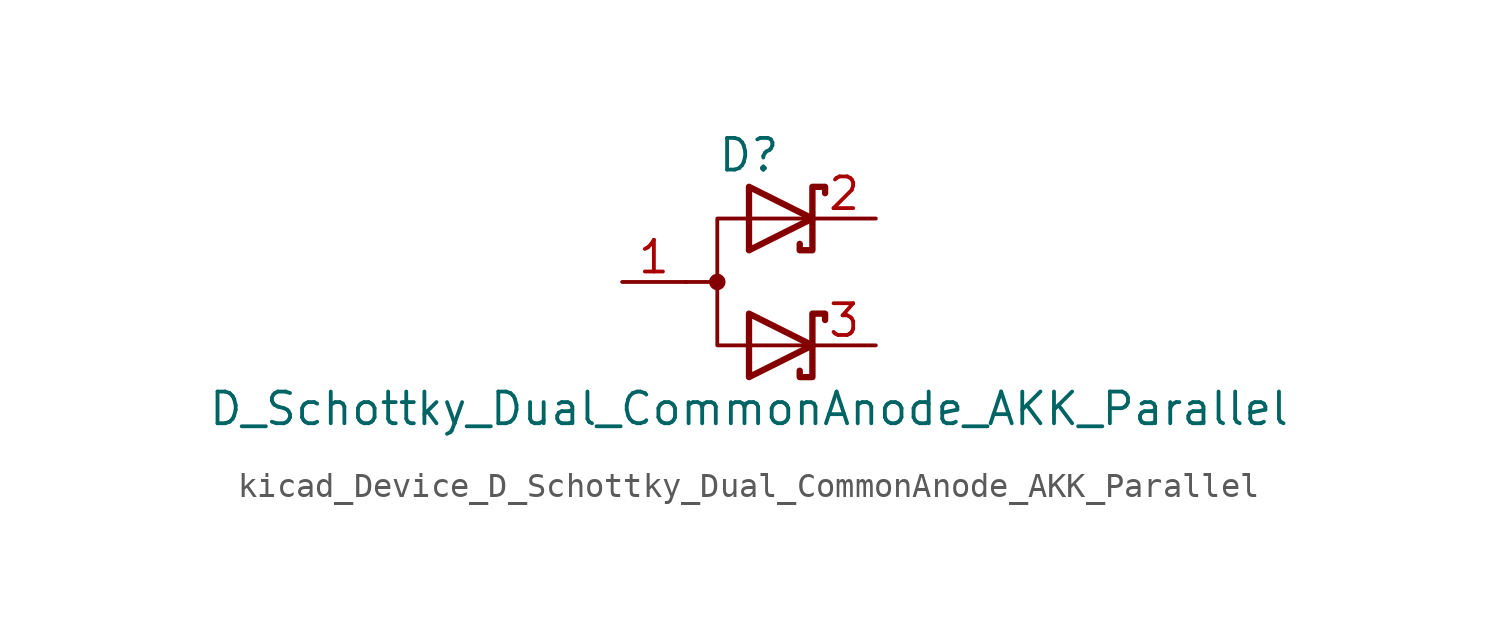
<source format=kicad_sym>
(kicad_symbol_lib
  (version 20220914)
  (generator kicad_symbol_editor)
  (symbol "kicad_Device_D_Schottky_Dual_CommonAnode_AKK_Parallel"
    (pin_names
      (offset 0.762) hide)
    (property "Reference" "D"
      (at 0 5.08 0)
      (effects (font (size 1.27 1.27))))
    (property "Value" "D_Schottky_Dual_CommonAnode_AKK_Parallel"
      (at 0 -5.08 0)
      (effects (font (size 1.27 1.27))))
    (symbol "kicad_Device_D_Schottky_Dual_CommonAnode_AKK_Parallel_0_1"
      (circle (center -1.27 0) (radius 0.254) (stroke (width 0) (type default)) (fill (type outline)))
      (polyline (pts (xy -1.27 0) (xy -2.54 0)) (stroke (width 0) (type default)) (fill (type none)))
      (polyline (pts (xy 2.54 2.54) (xy -1.27 2.54) (xy -1.27 -2.54) (xy 2.54 -2.54)) (stroke (width 0) (type default)) (fill (type none)))
      (polyline (pts (xy 0 -1.27) (xy 2.54 -2.54) (xy 0 -3.81) (xy 0 -1.27) (xy 0 -1.27) (xy 0 -1.27)) (stroke (width 0.254) (type default)) (fill (type none)))
      (polyline (pts (xy 0 3.81) (xy 2.54 2.54) (xy 0 1.27) (xy 0 3.81) (xy 0 3.81) (xy 0 3.81)) (stroke (width 0.254) (type default)) (fill (type none)))
      (polyline (pts (xy 3.048 -1.524) (xy 3.048 -1.27) (xy 2.54 -1.27) (xy 2.54 -3.81) (xy 2.032 -3.81) (xy 2.032 -3.556)) (stroke (width 0.254) (type default)) (fill (type none)))
      (polyline (pts (xy 3.048 3.556) (xy 3.048 3.81) (xy 2.54 3.81) (xy 2.54 1.27) (xy 2.032 1.27) (xy 2.032 1.524)) (stroke (width 0.254) (type default)) (fill (type none)))
      (pin passive line (at -5.08 0 0) (length 2.54) (name "A" (effects (font (size 1.27 1.27)))) (number "1" (effects (font (size 1.27 1.27)))))
      (pin passive line (at 5.08 2.54 180) (length 2.54) (name "K" (effects (font (size 1.27 1.27)))) (number "2" (effects (font (size 1.27 1.27)))))
      (pin passive line (at 5.08 -2.54 180) (length 2.54) (name "K" (effects (font (size 1.27 1.27)))) (number "3" (effects (font (size 1.27 1.27))))))))
</source>
